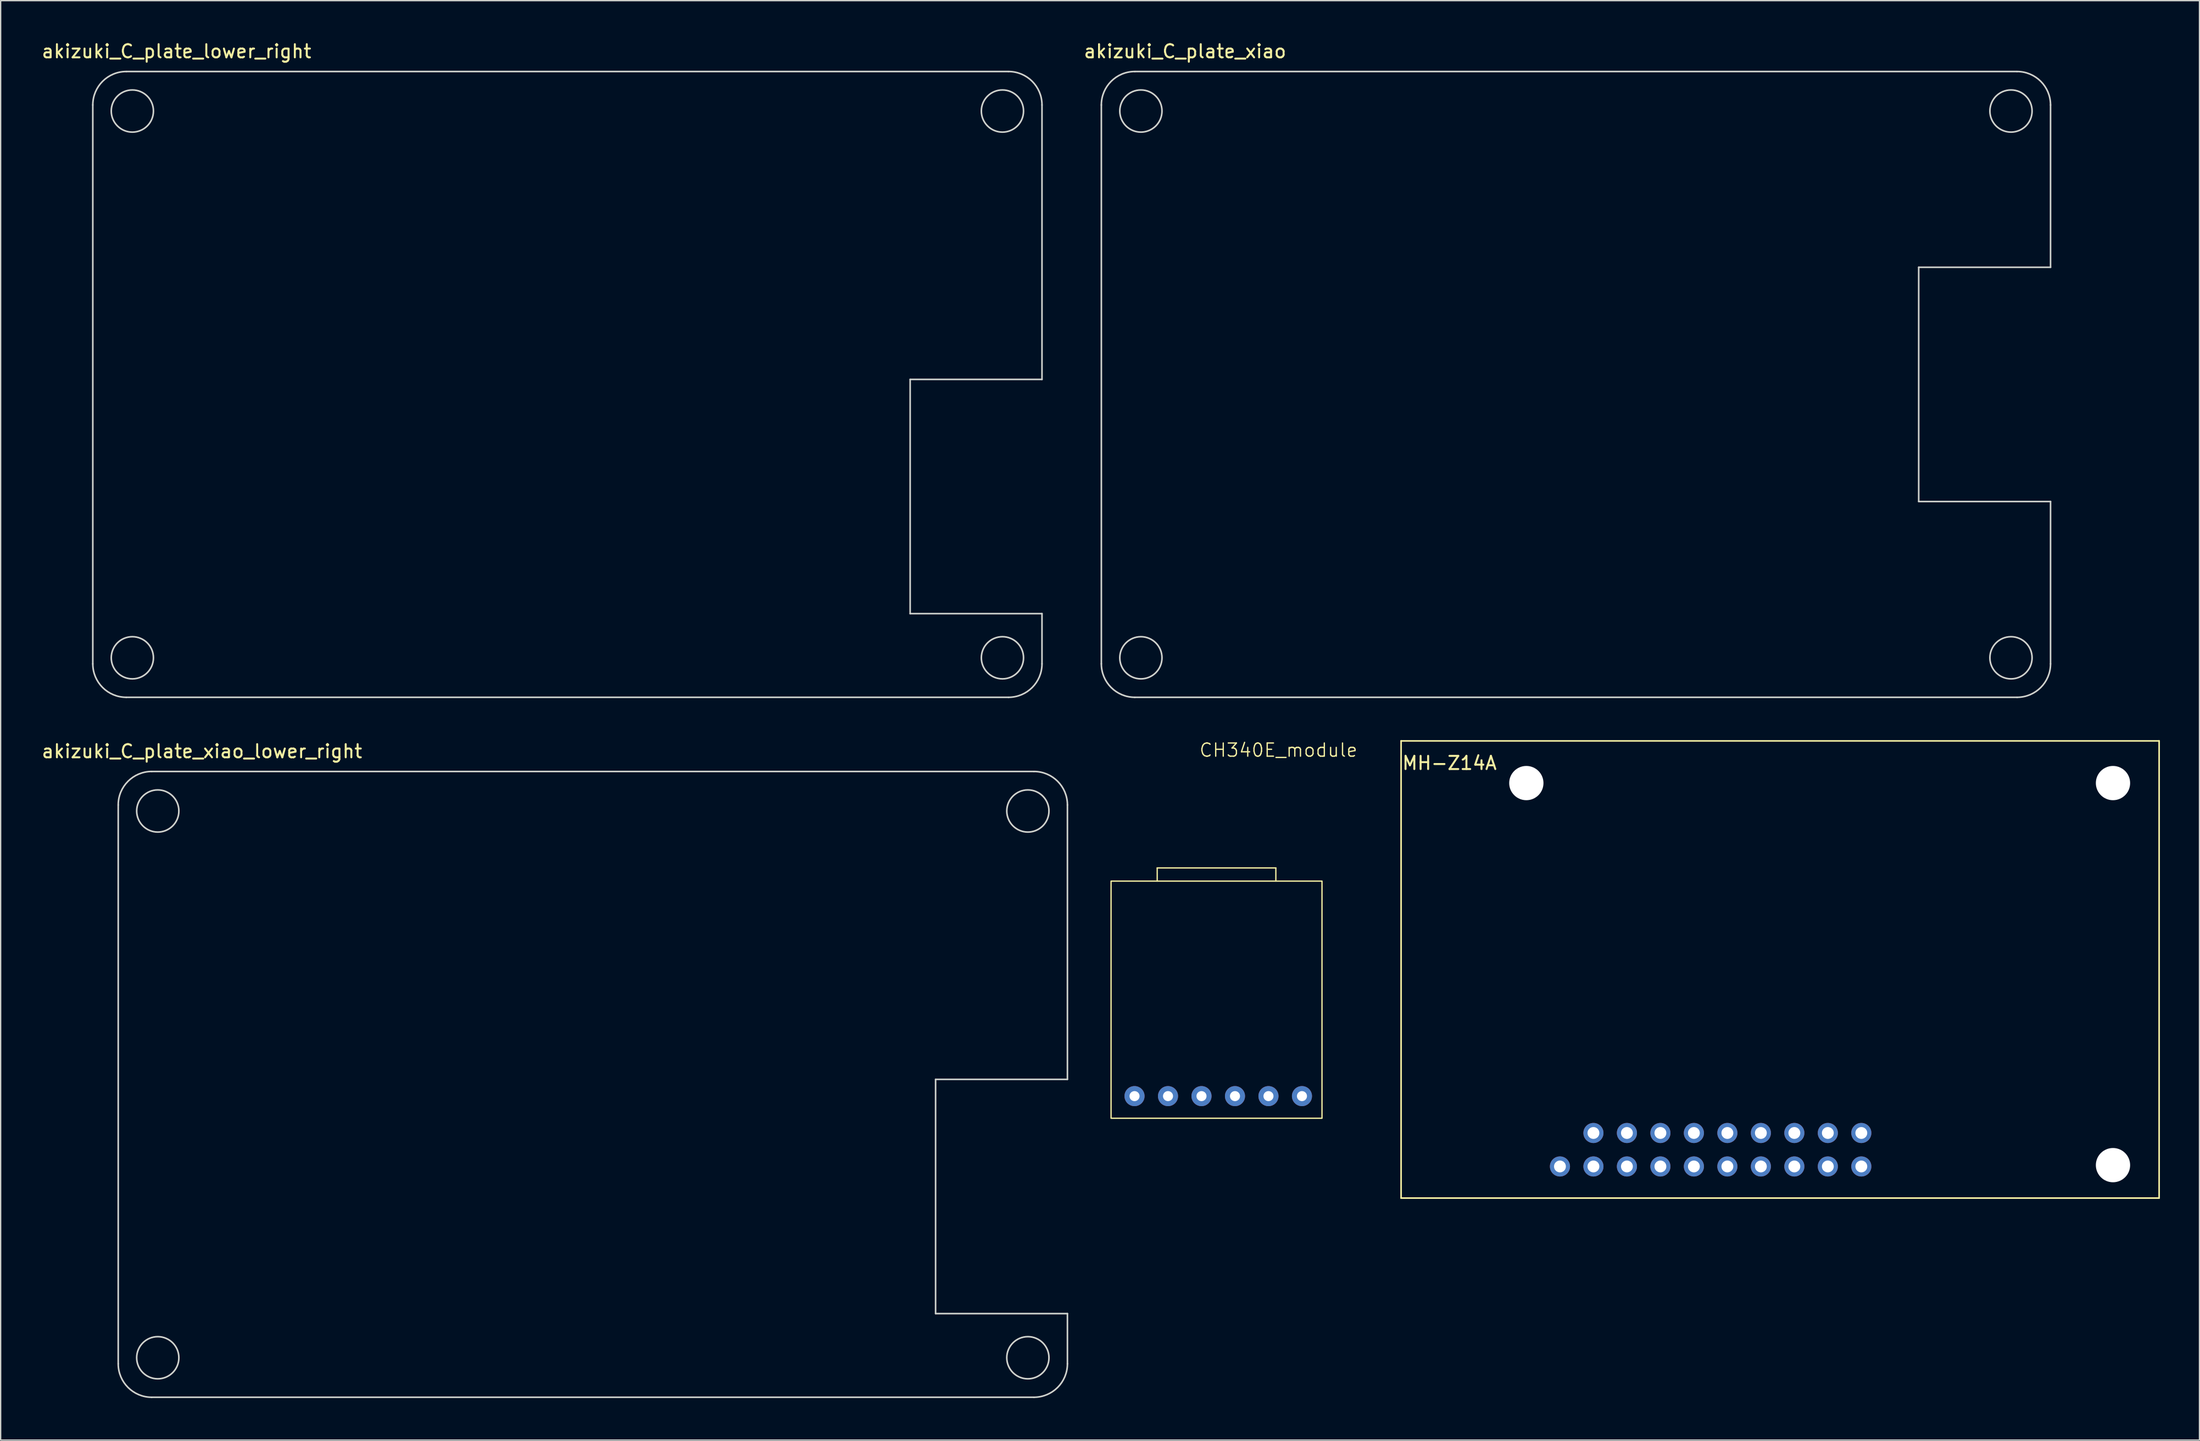
<source format=kicad_pcb>
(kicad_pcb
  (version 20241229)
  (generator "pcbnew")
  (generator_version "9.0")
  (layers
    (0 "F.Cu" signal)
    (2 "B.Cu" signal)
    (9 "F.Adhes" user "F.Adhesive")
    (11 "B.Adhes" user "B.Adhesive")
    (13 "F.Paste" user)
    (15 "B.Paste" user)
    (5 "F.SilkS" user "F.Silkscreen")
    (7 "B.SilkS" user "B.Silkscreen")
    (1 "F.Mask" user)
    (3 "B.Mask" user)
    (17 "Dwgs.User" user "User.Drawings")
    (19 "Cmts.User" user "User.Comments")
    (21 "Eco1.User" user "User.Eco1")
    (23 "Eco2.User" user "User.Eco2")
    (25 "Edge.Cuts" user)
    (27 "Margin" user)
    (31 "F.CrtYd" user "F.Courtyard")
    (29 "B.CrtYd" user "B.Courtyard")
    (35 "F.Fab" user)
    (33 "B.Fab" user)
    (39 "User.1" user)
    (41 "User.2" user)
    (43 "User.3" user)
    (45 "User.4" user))
  (footprint "CH340E_module"
    (layer "F.Cu")
    (at 81.228 81.829)
    (property "Reference" "CH340E_module" (at 12.7 -27.94 0) (unlocked yes) (layer "F.SilkS") (effects (font (size 1 1) (thickness 0.1))))
    (attr through_hole)
    (fp_line (start 3.5 -19) (end 3.5 -18) (stroke (width 0.1) (type default)) (layer "F.SilkS"))
    (fp_line (start 12.5 -19) (end 12.5 -18) (stroke (width 0.1) (type default)) (layer "F.SilkS"))
    (fp_rect (start 0 -18) (end 16 0) (stroke (width 0.1) (type default)) (fill no) (layer "F.SilkS"))
    (fp_rect (start 3.5 -19) (end 12.5 -19) (stroke (width 0.1) (type default)) (fill no) (layer "F.SilkS"))
    (pad "1" thru_hole circle (at 1.78 -1.68) (size 1.524 1.524) (drill 0.762) (layers "*.Cu" "*.Mask"))
    (pad "2" thru_hole circle (at 4.32 -1.68) (size 1.524 1.524) (drill 0.762) (layers "*.Cu" "*.Mask"))
    (pad "3" thru_hole circle (at 6.86 -1.68) (size 1.524 1.524) (drill 0.762) (layers "*.Cu" "*.Mask"))
    (pad "4" thru_hole circle (at 9.4 -1.68) (size 1.524 1.524) (drill 0.762) (layers "*.Cu" "*.Mask"))
    (pad "5" thru_hole circle (at 11.94 -1.68) (size 1.524 1.524) (drill 0.762) (layers "*.Cu" "*.Mask"))
    (pad "6" thru_hole circle (at 14.48 -1.68) (size 1.524 1.524) (drill 0.762) (layers "*.Cu" "*.Mask")))
  (footprint "akizuki_C_plate_xiao_lower_right"
    (layer "F.Cu")
    (at 5.918 103.007)
    (property "Reference" "akizuki_C_plate_xiao_lower_right" (at 6.35 -49.03 0) (layer "F.SilkS") (effects (font (size 1 1) (thickness 0.15))))
    (attr through_hole)
    (fp_line (start 0 -2.54) (end 0 -44.96) (stroke (width 0.12) (type solid)) (layer "Edge.Cuts"))
    (fp_line (start 2.54 -47.5) (end 69.46 -47.5) (stroke (width 0.12) (type solid)) (layer "Edge.Cuts"))
    (fp_line (start 2.54 0) (end 69.46 0) (stroke (width 0.12) (type solid)) (layer "Edge.Cuts"))
    (fp_line (start 62 -24.13) (end 62 -6.35) (stroke (width 0.12) (type solid)) (layer "Edge.Cuts"))
    (fp_line (start 62 -24.13) (end 72 -24.13) (stroke (width 0.12) (type solid)) (layer "Edge.Cuts"))
    (fp_line (start 62 -6.35) (end 72 -6.35) (stroke (width 0.12) (type solid)) (layer "Edge.Cuts"))
    (fp_line (start 72 -24.13) (end 72 -44.96) (stroke (width 0.12) (type solid)) (layer "Edge.Cuts"))
    (fp_line (start 72 -2.54) (end 72 -6.35) (stroke (width 0.12) (type solid)) (layer "Edge.Cuts"))
    (fp_arc (start 0 -44.96) (mid 0.743949 -46.756051) (end 2.54 -47.5) (stroke (width 0.12) (type solid)) (layer "Edge.Cuts"))
    (fp_arc (start 2.54 0) (mid 0.743949 -0.743949) (end 0 -2.54) (stroke (width 0.12) (type solid)) (layer "Edge.Cuts"))
    (fp_arc (start 69.46 -47.5) (mid 71.256051 -46.756051) (end 72 -44.96) (stroke (width 0.12) (type solid)) (layer "Edge.Cuts"))
    (fp_arc (start 72 -2.54) (mid 71.256051 -0.743949) (end 69.46 0) (stroke (width 0.12) (type solid)) (layer "Edge.Cuts"))
    (fp_circle (center 3 -44.5) (end 4.6 -44.5) (stroke (width 0.12) (type solid)) (fill no) (layer "Edge.Cuts"))
    (fp_circle (center 3 -3) (end 4.6 -3) (stroke (width 0.12) (type solid)) (fill no) (layer "Edge.Cuts"))
    (fp_circle (center 69 -44.5) (end 70.6 -44.5) (stroke (width 0.12) (type solid)) (fill no) (layer "Edge.Cuts"))
    (fp_circle (center 69 -3) (end 70.6 -3) (stroke (width 0.12) (type solid)) (fill no) (layer "Edge.Cuts")))
  (footprint "akizuki_C_plate_lower_right"
    (layer "F.Cu")
    (at 3.989 49.878)
    (property "Reference" "akizuki_C_plate_lower_right" (at 6.35 -49.03 0) (layer "F.SilkS") (effects (font (size 1 1) (thickness 0.15))))
    (attr through_hole)
    (fp_line (start 0 -2.54) (end 0 -44.96) (stroke (width 0.12) (type solid)) (layer "Edge.Cuts"))
    (fp_line (start 2.54 -47.5) (end 69.46 -47.5) (stroke (width 0.12) (type solid)) (layer "Edge.Cuts"))
    (fp_line (start 2.54 0) (end 69.46 0) (stroke (width 0.12) (type solid)) (layer "Edge.Cuts"))
    (fp_line (start 62 -24.13) (end 62 -6.35) (stroke (width 0.12) (type solid)) (layer "Edge.Cuts"))
    (fp_line (start 62 -24.13) (end 72 -24.13) (stroke (width 0.12) (type solid)) (layer "Edge.Cuts"))
    (fp_line (start 62 -6.35) (end 72 -6.35) (stroke (width 0.12) (type solid)) (layer "Edge.Cuts"))
    (fp_line (start 72 -24.13) (end 72 -44.96) (stroke (width 0.12) (type solid)) (layer "Edge.Cuts"))
    (fp_line (start 72 -2.54) (end 72 -6.35) (stroke (width 0.12) (type solid)) (layer "Edge.Cuts"))
    (fp_arc (start 0 -44.96) (mid 0.743949 -46.756051) (end 2.54 -47.5) (stroke (width 0.12) (type solid)) (layer "Edge.Cuts"))
    (fp_arc (start 2.54 0) (mid 0.743949 -0.743949) (end 0 -2.54) (stroke (width 0.12) (type solid)) (layer "Edge.Cuts"))
    (fp_arc (start 69.46 -47.5) (mid 71.256051 -46.756051) (end 72 -44.96) (stroke (width 0.12) (type solid)) (layer "Edge.Cuts"))
    (fp_arc (start 72 -2.54) (mid 71.256051 -0.743949) (end 69.46 0) (stroke (width 0.12) (type solid)) (layer "Edge.Cuts"))
    (fp_circle (center 3 -44.5) (end 4.6 -44.5) (stroke (width 0.12) (type solid)) (fill no) (layer "Edge.Cuts"))
    (fp_circle (center 3 -3) (end 4.6 -3) (stroke (width 0.12) (type solid)) (fill no) (layer "Edge.Cuts"))
    (fp_circle (center 69 -44.5) (end 70.6 -44.5) (stroke (width 0.12) (type solid)) (fill no) (layer "Edge.Cuts"))
    (fp_circle (center 69 -3) (end 70.6 -3) (stroke (width 0.12) (type solid)) (fill no) (layer "Edge.Cuts")))
  (footprint "akizuki_C_plate_xiao"
    (layer "F.Cu")
    (at 80.491 49.878)
    (property "Reference" "akizuki_C_plate_xiao" (at 6.35 -49.03 0) (layer "F.SilkS") (effects (font (size 1 1) (thickness 0.15))))
    (attr through_hole)
    (fp_line (start 0 -2.54) (end 0 -44.96) (stroke (width 0.12) (type solid)) (layer "Edge.Cuts"))
    (fp_line (start 2.54 -47.5) (end 69.46 -47.5) (stroke (width 0.12) (type solid)) (layer "Edge.Cuts"))
    (fp_line (start 2.54 0) (end 69.46 0) (stroke (width 0.12) (type solid)) (layer "Edge.Cuts"))
    (fp_line (start 62 -32.64) (end 62 -14.86) (stroke (width 0.12) (type solid)) (layer "Edge.Cuts"))
    (fp_line (start 62 -32.64) (end 72 -32.64) (stroke (width 0.12) (type solid)) (layer "Edge.Cuts"))
    (fp_line (start 62 -14.86) (end 72 -14.86) (stroke (width 0.12) (type solid)) (layer "Edge.Cuts"))
    (fp_line (start 72 -32.64) (end 72 -44.96) (stroke (width 0.12) (type solid)) (layer "Edge.Cuts"))
    (fp_line (start 72 -2.54) (end 72 -14.86) (stroke (width 0.12) (type solid)) (layer "Edge.Cuts"))
    (fp_arc (start 0 -44.96) (mid 0.743949 -46.756051) (end 2.54 -47.5) (stroke (width 0.12) (type solid)) (layer "Edge.Cuts"))
    (fp_arc (start 2.54 0) (mid 0.743949 -0.743949) (end 0 -2.54) (stroke (width 0.12) (type solid)) (layer "Edge.Cuts"))
    (fp_arc (start 69.46 -47.5) (mid 71.256051 -46.756051) (end 72 -44.96) (stroke (width 0.12) (type solid)) (layer "Edge.Cuts"))
    (fp_arc (start 72 -2.54) (mid 71.256051 -0.743949) (end 69.46 0) (stroke (width 0.12) (type solid)) (layer "Edge.Cuts"))
    (fp_circle (center 3 -44.5) (end 4.6 -44.5) (stroke (width 0.12) (type solid)) (fill no) (layer "Edge.Cuts"))
    (fp_circle (center 3 -3) (end 4.6 -3) (stroke (width 0.12) (type solid)) (fill no) (layer "Edge.Cuts"))
    (fp_circle (center 69 -44.5) (end 70.6 -44.5) (stroke (width 0.12) (type solid)) (fill no) (layer "Edge.Cuts"))
    (fp_circle (center 69 -3) (end 70.6 -3) (stroke (width 0.12) (type solid)) (fill no) (layer "Edge.Cuts")))
  (footprint "MH-Z14A"
    (layer "F.Cu")
    (at 103.228 87.888)
    (property "Reference" "MH-Z14A" (at 0 -33.02 0) (layer "F.SilkS") (effects (font (size 1 1) (thickness 0.15)) (justify left)))
    (attr through_hole)
    (fp_line (start 0 -34.7) (end 0 0) (stroke (width 0.12) (type solid)) (layer "F.SilkS"))
    (fp_line (start 0 -34.7) (end 57.5 -34.7) (stroke (width 0.12) (type solid)) (layer "F.SilkS"))
    (fp_line (start 0 0) (end 57.5 0) (stroke (width 0.12) (type solid)) (layer "F.SilkS"))
    (fp_line (start 57.5 -34.7) (end 57.5 0) (stroke (width 0.12) (type solid)) (layer "F.SilkS"))
    (pad "" np_thru_hole circle (at 9.5 -31.5) (size 2.6 2.6) (drill 2.6) (layers "*.Cu" "*.Mask"))
    (pad "" np_thru_hole circle (at 54 -31.5) (size 2.6 2.6) (drill 2.6) (layers "*.Cu" "*.Mask"))
    (pad "" np_thru_hole circle (at 54 -2.5) (size 2.6 2.6) (drill 2.6) (layers "*.Cu" "*.Mask"))
    (pad "1" thru_hole circle (at 22.21 -2.4) (size 1.524 1.524) (drill 0.9) (layers "*.Cu" "*.Mask"))
    (pad "2" thru_hole circle (at 22.21 -4.94) (size 1.524 1.524) (drill 0.9) (layers "*.Cu" "*.Mask"))
    (pad "3" thru_hole circle (at 24.75 -2.4) (size 1.524 1.524) (drill 0.9) (layers "*.Cu" "*.Mask"))
    (pad "4" thru_hole circle (at 24.75 -4.94) (size 1.524 1.524) (drill 0.9) (layers "*.Cu" "*.Mask"))
    (pad "5" thru_hole circle (at 27.29 -2.4) (size 1.524 1.524) (drill 0.9) (layers "*.Cu" "*.Mask"))
    (pad "6" thru_hole circle (at 27.29 -4.94) (size 1.524 1.524) (drill 0.9) (layers "*.Cu" "*.Mask"))
    (pad "7" thru_hole circle (at 29.83 -2.4) (size 1.524 1.524) (drill 0.9) (layers "*.Cu" "*.Mask"))
    (pad "8" thru_hole circle (at 29.83 -4.94) (size 1.524 1.524) (drill 0.9) (layers "*.Cu" "*.Mask"))
    (pad "9" thru_hole circle (at 32.37 -2.4) (size 1.524 1.524) (drill 0.9) (layers "*.Cu" "*.Mask"))
    (pad "10" thru_hole circle (at 32.37 -4.94) (size 1.524 1.524) (drill 0.9) (layers "*.Cu" "*.Mask"))
    (pad "11" thru_hole circle (at 34.91 -2.4) (size 1.524 1.524) (drill 0.9) (layers "*.Cu" "*.Mask"))
    (pad "12" thru_hole circle (at 34.91 -4.94) (size 1.524 1.524) (drill 0.9) (layers "*.Cu" "*.Mask"))
    (pad "13" thru_hole circle (at 14.59 -4.94) (size 1.524 1.524) (drill 0.9) (layers "*.Cu" "*.Mask"))
    (pad "14" thru_hole circle (at 17.13 -4.94) (size 1.524 1.524) (drill 0.9) (layers "*.Cu" "*.Mask"))
    (pad "15" thru_hole circle (at 19.67 -4.94) (size 1.524 1.524) (drill 0.9) (layers "*.Cu" "*.Mask"))
    (pad "16" thru_hole circle (at 19.67 -2.4) (size 1.524 1.524) (drill 0.9) (layers "*.Cu" "*.Mask"))
    (pad "17" thru_hole circle (at 17.13 -2.4) (size 1.524 1.524) (drill 0.9) (layers "*.Cu" "*.Mask"))
    (pad "18" thru_hole circle (at 14.59 -2.4) (size 1.524 1.524) (drill 0.9) (layers "*.Cu" "*.Mask"))
    (pad "19" thru_hole circle (at 12.05 -2.4) (size 1.524 1.524) (drill 0.9) (layers "*.Cu" "*.Mask")))
  (gr_rect
    (start -3 -3)
    (end 163.788 106.257)
    (stroke (width 0.1) (type default))
    (fill no)
    (layer "Edge.Cuts")))
</source>
